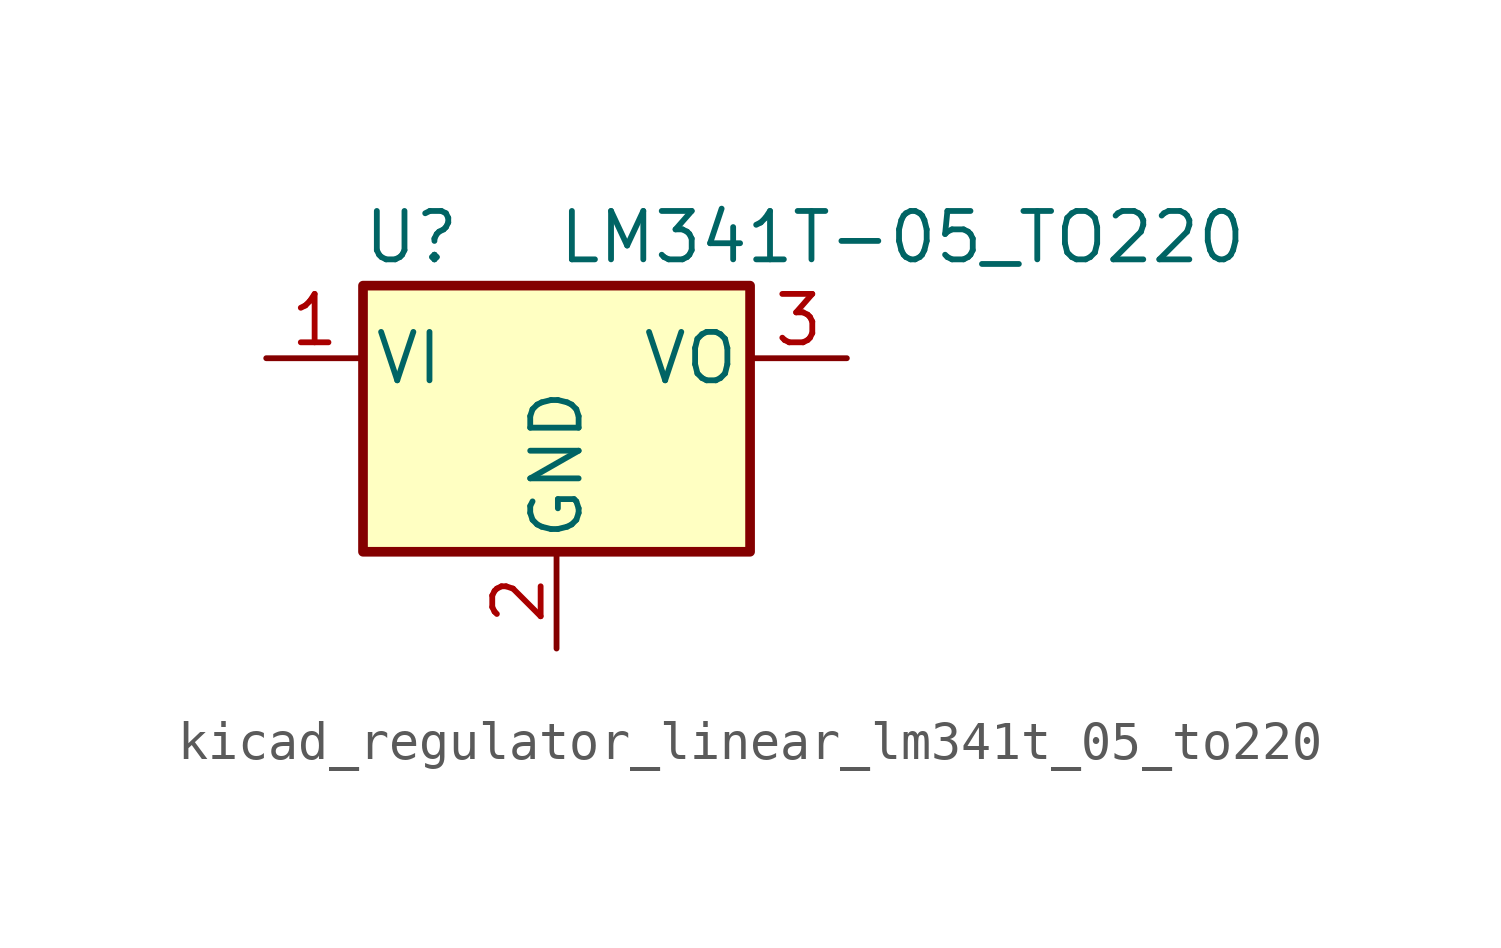
<source format=kicad_sym>
(kicad_symbol_lib
  (version 20220914)
  (generator kicad_symbol_editor)
  (symbol "kicad_regulator_linear_lm341t_05_to220"
    (pin_names
      (offset 0.254))
    (property "Reference" "U"
      (at -3.81 3.175 0)
      (effects (font (size 1.27 1.27))))
    (property "Value" "LM341T-05_TO220"
      (at 0 3.175 0)
      (effects (font (size 1.27 1.27)) (justify left)))
    (symbol "kicad_regulator_linear_lm341t_05_to220_0_1"
      (rectangle (start -5.08 1.905) (end 5.08 -5.08) (stroke (width 0.254) (type default)) (fill (type background))))
    (symbol "kicad_regulator_linear_lm341t_05_to220_1_1"
      (pin power_in line (at -7.62 0 0) (length 2.54) (name "VI" (effects (font (size 1.27 1.27)))) (number "1" (effects (font (size 1.27 1.27)))))
      (pin power_in line (at 0 -7.62 90) (length 2.54) (name "GND" (effects (font (size 1.27 1.27)))) (number "2" (effects (font (size 1.27 1.27)))))
      (pin power_out line (at 7.62 0 180) (length 2.54) (name "VO" (effects (font (size 1.27 1.27)))) (number "3" (effects (font (size 1.27 1.27))))))))
</source>
